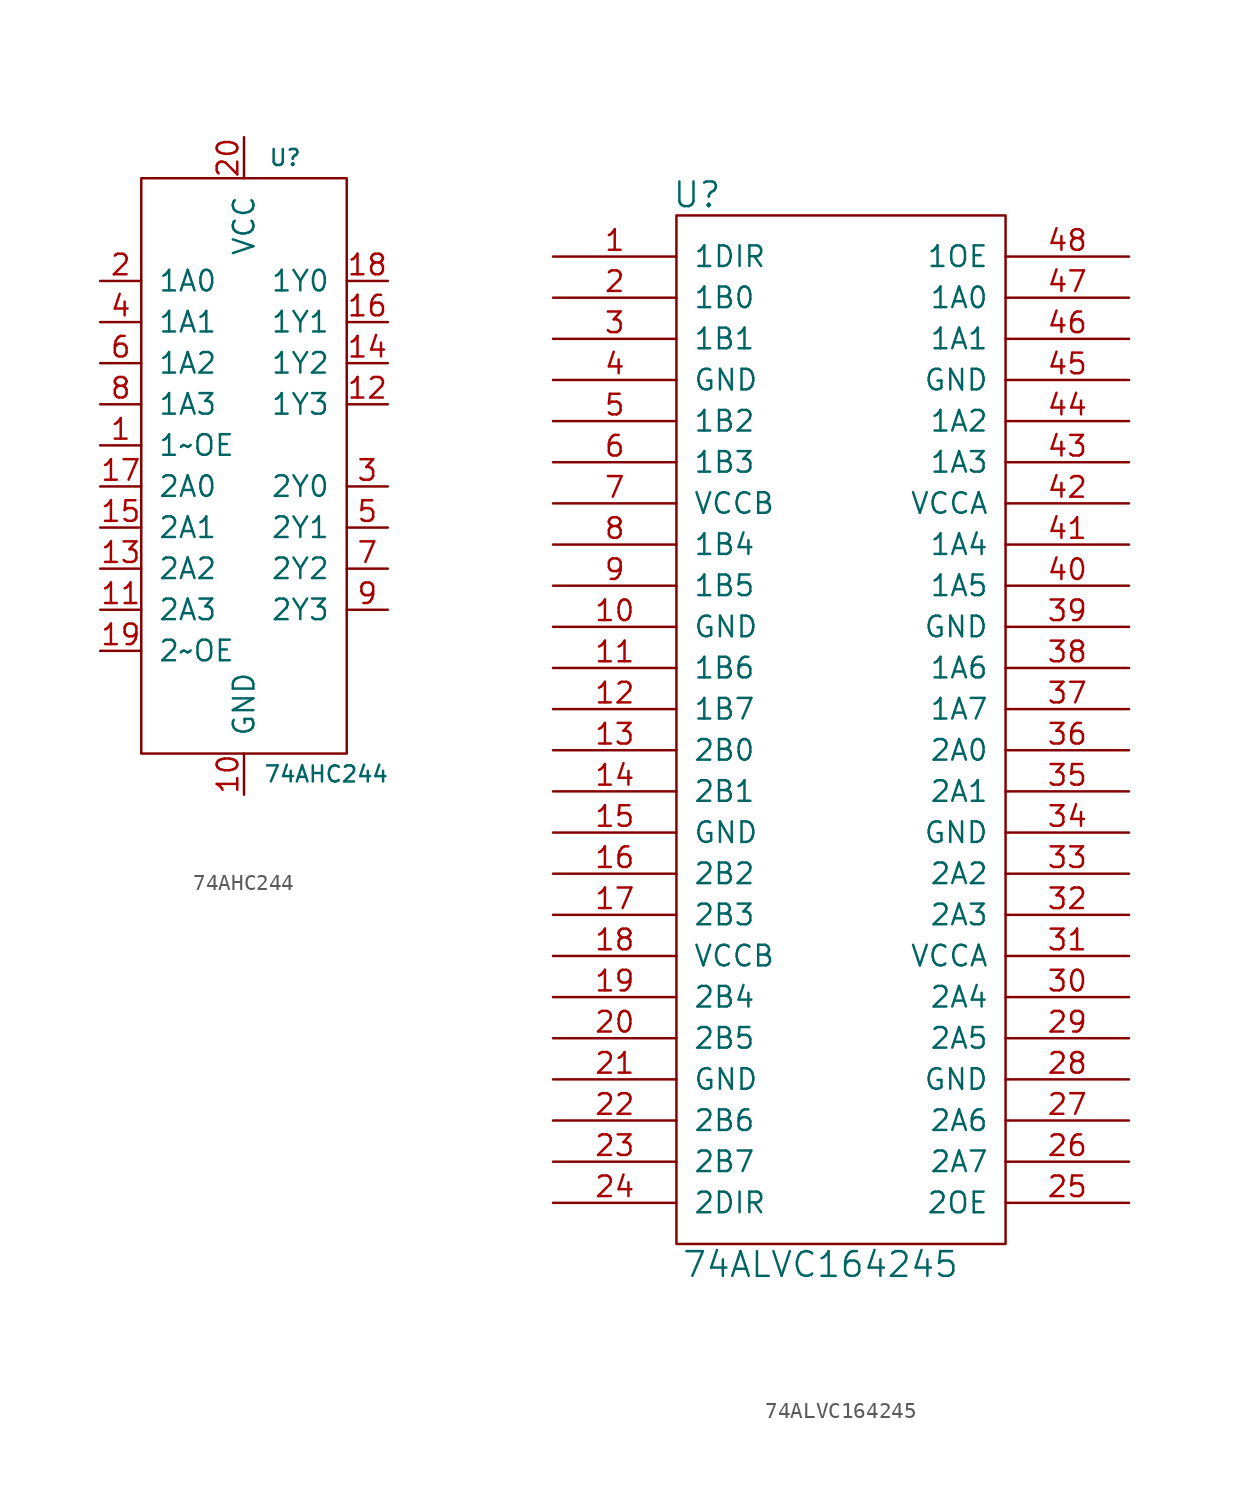
<source format=kicad_sym>
(kicad_symbol_lib
  (version 20210619)
  (generator kicad_symbol_editor)
  (symbol "tinkerforge:74AHC244"
    (pin_names
      (offset 1.016))
    (property "Reference" "U"
      (at 2.54 19.05 0)
      (effects (font (size 0.991 0.991))))
    (property "Value" "74AHC244"
      (at 5.08 -19.05 0)
      (effects (font (size 0.991 0.991))))
    (symbol "74AHC244_0_1"
      (rectangle (start -6.35 17.78) (end 6.35 -17.78) (stroke (width 0)) (fill (type none))))
    (symbol "74AHC244_1_1"
      (pin passive line (at -8.89 1.27 0) (length 2.54) (name "1~OE" (effects (font (size 1.27 1.27)))) (number "1" (effects (font (size 1.27 1.27)))))
      (pin passive line (at 0 -20.32 90) (length 2.54) (name "GND" (effects (font (size 1.27 1.27)))) (number "10" (effects (font (size 1.27 1.27)))))
      (pin passive line (at -8.89 -8.89 0) (length 2.54) (name "2A3" (effects (font (size 1.27 1.27)))) (number "11" (effects (font (size 1.27 1.27)))))
      (pin passive line (at 8.89 3.81 180) (length 2.54) (name "1Y3" (effects (font (size 1.27 1.27)))) (number "12" (effects (font (size 1.27 1.27)))))
      (pin passive line (at -8.89 -6.35 0) (length 2.54) (name "2A2" (effects (font (size 1.27 1.27)))) (number "13" (effects (font (size 1.27 1.27)))))
      (pin passive line (at 8.89 6.35 180) (length 2.54) (name "1Y2" (effects (font (size 1.27 1.27)))) (number "14" (effects (font (size 1.27 1.27)))))
      (pin passive line (at -8.89 -3.81 0) (length 2.54) (name "2A1" (effects (font (size 1.27 1.27)))) (number "15" (effects (font (size 1.27 1.27)))))
      (pin passive line (at 8.89 8.89 180) (length 2.54) (name "1Y1" (effects (font (size 1.27 1.27)))) (number "16" (effects (font (size 1.27 1.27)))))
      (pin passive line (at -8.89 -1.27 0) (length 2.54) (name "2A0" (effects (font (size 1.27 1.27)))) (number "17" (effects (font (size 1.27 1.27)))))
      (pin passive line (at 8.89 11.43 180) (length 2.54) (name "1Y0" (effects (font (size 1.27 1.27)))) (number "18" (effects (font (size 1.27 1.27)))))
      (pin passive line (at -8.89 -11.43 0) (length 2.54) (name "2~OE" (effects (font (size 1.27 1.27)))) (number "19" (effects (font (size 1.27 1.27)))))
      (pin passive line (at -8.89 11.43 0) (length 2.54) (name "1A0" (effects (font (size 1.27 1.27)))) (number "2" (effects (font (size 1.27 1.27)))))
      (pin passive line (at 0 20.32 270) (length 2.54) (name "VCC" (effects (font (size 1.27 1.27)))) (number "20" (effects (font (size 1.27 1.27)))))
      (pin passive line (at 8.89 -1.27 180) (length 2.54) (name "2Y0" (effects (font (size 1.27 1.27)))) (number "3" (effects (font (size 1.27 1.27)))))
      (pin passive line (at -8.89 8.89 0) (length 2.54) (name "1A1" (effects (font (size 1.27 1.27)))) (number "4" (effects (font (size 1.27 1.27)))))
      (pin passive line (at 8.89 -3.81 180) (length 2.54) (name "2Y1" (effects (font (size 1.27 1.27)))) (number "5" (effects (font (size 1.27 1.27)))))
      (pin passive line (at -8.89 6.35 0) (length 2.54) (name "1A2" (effects (font (size 1.27 1.27)))) (number "6" (effects (font (size 1.27 1.27)))))
      (pin passive line (at 8.89 -6.35 180) (length 2.54) (name "2Y2" (effects (font (size 1.27 1.27)))) (number "7" (effects (font (size 1.27 1.27)))))
      (pin passive line (at -8.89 3.81 0) (length 2.54) (name "1A3" (effects (font (size 1.27 1.27)))) (number "8" (effects (font (size 1.27 1.27)))))
      (pin passive line (at 8.89 -8.89 180) (length 2.54) (name "2Y3" (effects (font (size 1.27 1.27)))) (number "9" (effects (font (size 1.27 1.27)))))))
  (symbol "tinkerforge:74ALVC164245"
    (pin_names
      (offset 1.016))
    (property "Reference" "U"
      (at -8.89 31.75 0)
      (effects (font (size 1.524 1.524))))
    (property "Value" "74ALVC164245"
      (at -1.27 -34.29 0)
      (effects (font (size 1.524 1.524))))
    (property "Footprint" ""
      (at 0 0 0)
      (effects (font (size 1.524 1.524))))
    (property "Datasheet" ""
      (at 0 0 0)
      (effects (font (size 1.524 1.524))))
    (symbol "74ALVC164245_0_1"
      (rectangle (start -10.16 30.48) (end 10.16 -33.02) (stroke (width 0)) (fill (type none))))
    (symbol "74ALVC164245_1_1"
      (pin passive line (at -17.78 27.94 0) (length 7.62) (name "1DIR" (effects (font (size 1.27 1.27)))) (number "1" (effects (font (size 1.27 1.27)))))
      (pin passive line (at -17.78 5.08 0) (length 7.62) (name "GND" (effects (font (size 1.27 1.27)))) (number "10" (effects (font (size 1.27 1.27)))))
      (pin passive line (at -17.78 2.54 0) (length 7.62) (name "1B6" (effects (font (size 1.27 1.27)))) (number "11" (effects (font (size 1.27 1.27)))))
      (pin passive line (at -17.78 0 0) (length 7.62) (name "1B7" (effects (font (size 1.27 1.27)))) (number "12" (effects (font (size 1.27 1.27)))))
      (pin passive line (at -17.78 -2.54 0) (length 7.62) (name "2B0" (effects (font (size 1.27 1.27)))) (number "13" (effects (font (size 1.27 1.27)))))
      (pin passive line (at -17.78 -5.08 0) (length 7.62) (name "2B1" (effects (font (size 1.27 1.27)))) (number "14" (effects (font (size 1.27 1.27)))))
      (pin passive line (at -17.78 -7.62 0) (length 7.62) (name "GND" (effects (font (size 1.27 1.27)))) (number "15" (effects (font (size 1.27 1.27)))))
      (pin passive line (at -17.78 -10.16 0) (length 7.62) (name "2B2" (effects (font (size 1.27 1.27)))) (number "16" (effects (font (size 1.27 1.27)))))
      (pin passive line (at -17.78 -12.7 0) (length 7.62) (name "2B3" (effects (font (size 1.27 1.27)))) (number "17" (effects (font (size 1.27 1.27)))))
      (pin passive line (at -17.78 -15.24 0) (length 7.62) (name "VCCB" (effects (font (size 1.27 1.27)))) (number "18" (effects (font (size 1.27 1.27)))))
      (pin passive line (at -17.78 -17.78 0) (length 7.62) (name "2B4" (effects (font (size 1.27 1.27)))) (number "19" (effects (font (size 1.27 1.27)))))
      (pin passive line (at -17.78 25.4 0) (length 7.62) (name "1B0" (effects (font (size 1.27 1.27)))) (number "2" (effects (font (size 1.27 1.27)))))
      (pin passive line (at -17.78 -20.32 0) (length 7.62) (name "2B5" (effects (font (size 1.27 1.27)))) (number "20" (effects (font (size 1.27 1.27)))))
      (pin passive line (at -17.78 -22.86 0) (length 7.62) (name "GND" (effects (font (size 1.27 1.27)))) (number "21" (effects (font (size 1.27 1.27)))))
      (pin passive line (at -17.78 -25.4 0) (length 7.62) (name "2B6" (effects (font (size 1.27 1.27)))) (number "22" (effects (font (size 1.27 1.27)))))
      (pin passive line (at -17.78 -27.94 0) (length 7.62) (name "2B7" (effects (font (size 1.27 1.27)))) (number "23" (effects (font (size 1.27 1.27)))))
      (pin passive line (at -17.78 -30.48 0) (length 7.62) (name "2DIR" (effects (font (size 1.27 1.27)))) (number "24" (effects (font (size 1.27 1.27)))))
      (pin passive line (at 17.78 -30.48 180) (length 7.62) (name "2OE" (effects (font (size 1.27 1.27)))) (number "25" (effects (font (size 1.27 1.27)))))
      (pin passive line (at 17.78 -27.94 180) (length 7.62) (name "2A7" (effects (font (size 1.27 1.27)))) (number "26" (effects (font (size 1.27 1.27)))))
      (pin passive line (at 17.78 -25.4 180) (length 7.62) (name "2A6" (effects (font (size 1.27 1.27)))) (number "27" (effects (font (size 1.27 1.27)))))
      (pin passive line (at 17.78 -22.86 180) (length 7.62) (name "GND" (effects (font (size 1.27 1.27)))) (number "28" (effects (font (size 1.27 1.27)))))
      (pin passive line (at 17.78 -20.32 180) (length 7.62) (name "2A5" (effects (font (size 1.27 1.27)))) (number "29" (effects (font (size 1.27 1.27)))))
      (pin passive line (at -17.78 22.86 0) (length 7.62) (name "1B1" (effects (font (size 1.27 1.27)))) (number "3" (effects (font (size 1.27 1.27)))))
      (pin passive line (at 17.78 -17.78 180) (length 7.62) (name "2A4" (effects (font (size 1.27 1.27)))) (number "30" (effects (font (size 1.27 1.27)))))
      (pin passive line (at 17.78 -15.24 180) (length 7.62) (name "VCCA" (effects (font (size 1.27 1.27)))) (number "31" (effects (font (size 1.27 1.27)))))
      (pin passive line (at 17.78 -12.7 180) (length 7.62) (name "2A3" (effects (font (size 1.27 1.27)))) (number "32" (effects (font (size 1.27 1.27)))))
      (pin passive line (at 17.78 -10.16 180) (length 7.62) (name "2A2" (effects (font (size 1.27 1.27)))) (number "33" (effects (font (size 1.27 1.27)))))
      (pin passive line (at 17.78 -7.62 180) (length 7.62) (name "GND" (effects (font (size 1.27 1.27)))) (number "34" (effects (font (size 1.27 1.27)))))
      (pin passive line (at 17.78 -5.08 180) (length 7.62) (name "2A1" (effects (font (size 1.27 1.27)))) (number "35" (effects (font (size 1.27 1.27)))))
      (pin passive line (at 17.78 -2.54 180) (length 7.62) (name "2A0" (effects (font (size 1.27 1.27)))) (number "36" (effects (font (size 1.27 1.27)))))
      (pin passive line (at 17.78 0 180) (length 7.62) (name "1A7" (effects (font (size 1.27 1.27)))) (number "37" (effects (font (size 1.27 1.27)))))
      (pin passive line (at 17.78 2.54 180) (length 7.62) (name "1A6" (effects (font (size 1.27 1.27)))) (number "38" (effects (font (size 1.27 1.27)))))
      (pin passive line (at 17.78 5.08 180) (length 7.62) (name "GND" (effects (font (size 1.27 1.27)))) (number "39" (effects (font (size 1.27 1.27)))))
      (pin passive line (at -17.78 20.32 0) (length 7.62) (name "GND" (effects (font (size 1.27 1.27)))) (number "4" (effects (font (size 1.27 1.27)))))
      (pin passive line (at 17.78 7.62 180) (length 7.62) (name "1A5" (effects (font (size 1.27 1.27)))) (number "40" (effects (font (size 1.27 1.27)))))
      (pin passive line (at 17.78 10.16 180) (length 7.62) (name "1A4" (effects (font (size 1.27 1.27)))) (number "41" (effects (font (size 1.27 1.27)))))
      (pin passive line (at 17.78 12.7 180) (length 7.62) (name "VCCA" (effects (font (size 1.27 1.27)))) (number "42" (effects (font (size 1.27 1.27)))))
      (pin passive line (at 17.78 15.24 180) (length 7.62) (name "1A3" (effects (font (size 1.27 1.27)))) (number "43" (effects (font (size 1.27 1.27)))))
      (pin passive line (at 17.78 17.78 180) (length 7.62) (name "1A2" (effects (font (size 1.27 1.27)))) (number "44" (effects (font (size 1.27 1.27)))))
      (pin passive line (at 17.78 20.32 180) (length 7.62) (name "GND" (effects (font (size 1.27 1.27)))) (number "45" (effects (font (size 1.27 1.27)))))
      (pin passive line (at 17.78 22.86 180) (length 7.62) (name "1A1" (effects (font (size 1.27 1.27)))) (number "46" (effects (font (size 1.27 1.27)))))
      (pin passive line (at 17.78 25.4 180) (length 7.62) (name "1A0" (effects (font (size 1.27 1.27)))) (number "47" (effects (font (size 1.27 1.27)))))
      (pin passive line (at 17.78 27.94 180) (length 7.62) (name "1OE" (effects (font (size 1.27 1.27)))) (number "48" (effects (font (size 1.27 1.27)))))
      (pin passive line (at -17.78 17.78 0) (length 7.62) (name "1B2" (effects (font (size 1.27 1.27)))) (number "5" (effects (font (size 1.27 1.27)))))
      (pin passive line (at -17.78 15.24 0) (length 7.62) (name "1B3" (effects (font (size 1.27 1.27)))) (number "6" (effects (font (size 1.27 1.27)))))
      (pin passive line (at -17.78 12.7 0) (length 7.62) (name "VCCB" (effects (font (size 1.27 1.27)))) (number "7" (effects (font (size 1.27 1.27)))))
      (pin passive line (at -17.78 10.16 0) (length 7.62) (name "1B4" (effects (font (size 1.27 1.27)))) (number "8" (effects (font (size 1.27 1.27)))))
      (pin passive line (at -17.78 7.62 0) (length 7.62) (name "1B5" (effects (font (size 1.27 1.27)))) (number "9" (effects (font (size 1.27 1.27))))))))
</source>
